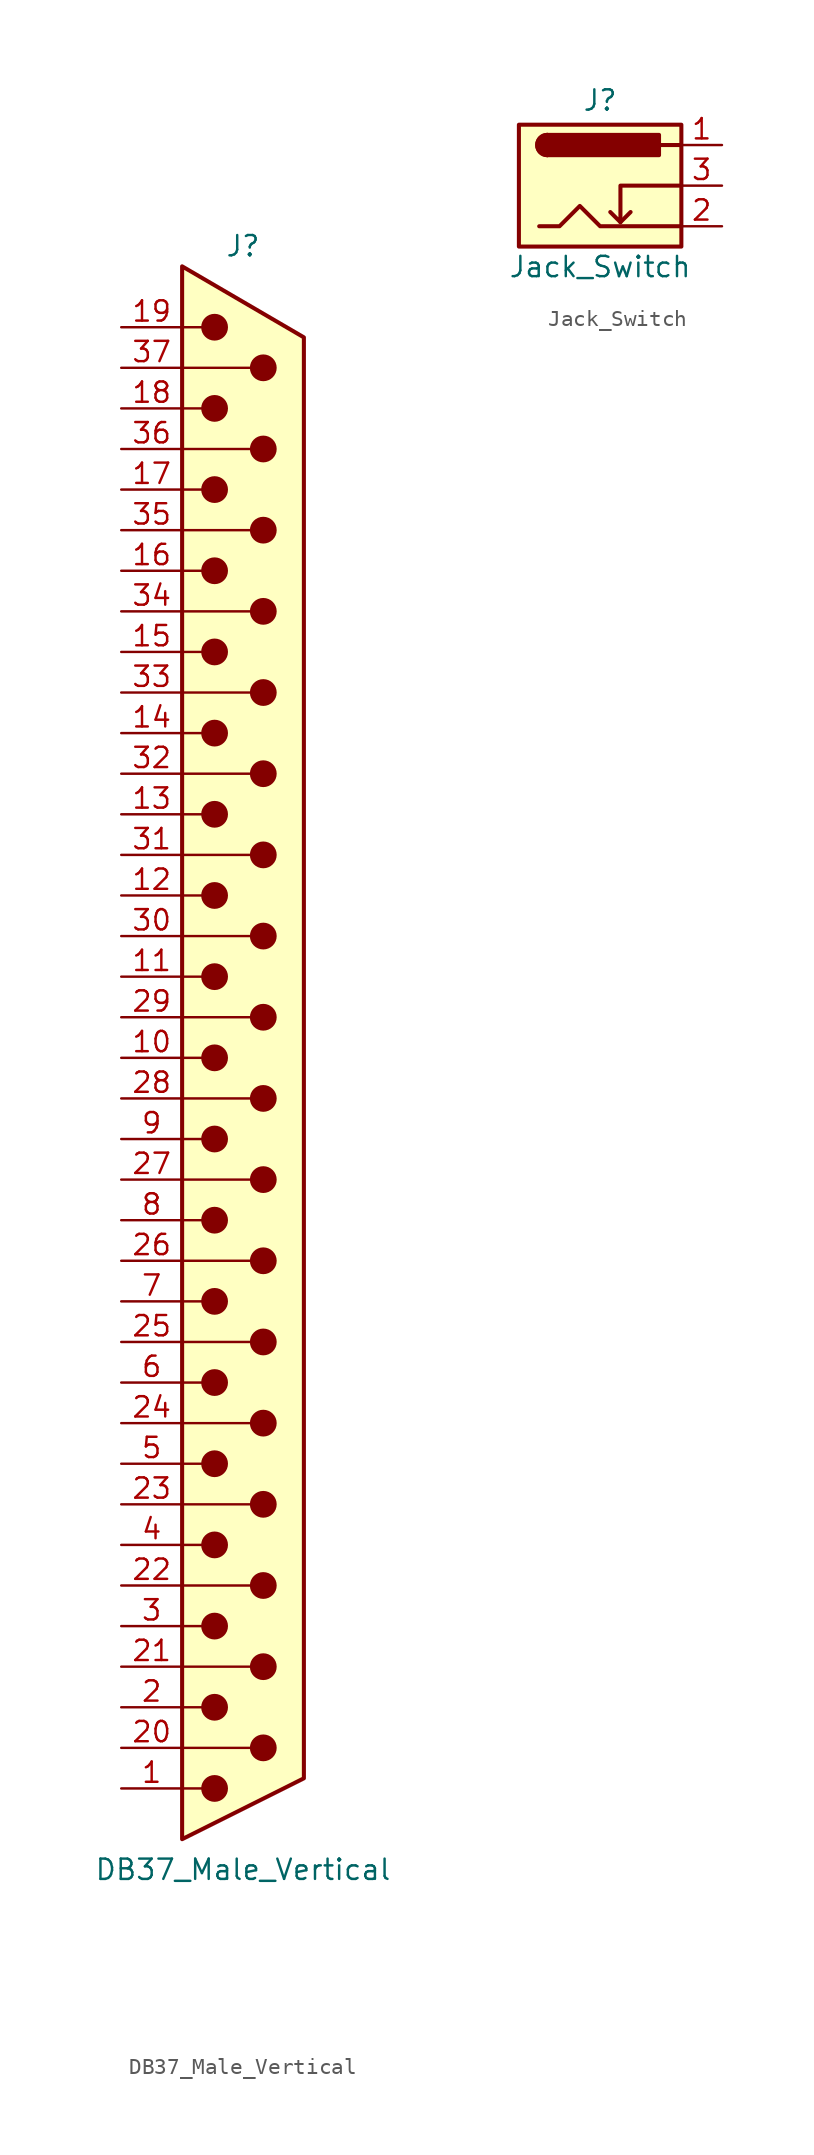
<source format=kicad_sym>
(kicad_symbol_lib
  (version 20211014)
  (generator kicad_symbol_editor)
  (symbol "DB37_Male_Vertical"
    (pin_names
      (offset 1.016) hide)
    (property "Reference" "J"
      (at 0 50.8 0)
      (effects (font (size 1.27 1.27))))
    (property "Value" "DB37_Male_Vertical"
      (at 0 -50.8 0)
      (effects (font (size 1.27 1.27))))
    (symbol "DB37_Male_Vertical_0_1"
      (circle (center -1.778 -45.72) (radius 0.762) (stroke (width 0) (type default) (color 0 0 0 0)) (fill (type outline)))
      (circle (center -1.778 -40.64) (radius 0.762) (stroke (width 0) (type default) (color 0 0 0 0)) (fill (type outline)))
      (circle (center -1.778 -35.56) (radius 0.762) (stroke (width 0) (type default) (color 0 0 0 0)) (fill (type outline)))
      (circle (center -1.778 -30.48) (radius 0.762) (stroke (width 0) (type default) (color 0 0 0 0)) (fill (type outline)))
      (circle (center -1.778 -25.4) (radius 0.762) (stroke (width 0) (type default) (color 0 0 0 0)) (fill (type outline)))
      (circle (center -1.778 -20.32) (radius 0.762) (stroke (width 0) (type default) (color 0 0 0 0)) (fill (type outline)))
      (circle (center -1.778 -15.24) (radius 0.762) (stroke (width 0) (type default) (color 0 0 0 0)) (fill (type outline)))
      (circle (center -1.778 -10.16) (radius 0.762) (stroke (width 0) (type default) (color 0 0 0 0)) (fill (type outline)))
      (circle (center -1.778 -5.08) (radius 0.762) (stroke (width 0) (type default) (color 0 0 0 0)) (fill (type outline)))
      (circle (center -1.778 0) (radius 0.762) (stroke (width 0) (type default) (color 0 0 0 0)) (fill (type outline)))
      (circle (center -1.778 5.08) (radius 0.762) (stroke (width 0) (type default) (color 0 0 0 0)) (fill (type outline)))
      (circle (center -1.778 10.16) (radius 0.762) (stroke (width 0) (type default) (color 0 0 0 0)) (fill (type outline)))
      (circle (center -1.778 15.24) (radius 0.762) (stroke (width 0) (type default) (color 0 0 0 0)) (fill (type outline)))
      (circle (center -1.778 20.32) (radius 0.762) (stroke (width 0) (type default) (color 0 0 0 0)) (fill (type outline)))
      (circle (center -1.778 25.4) (radius 0.762) (stroke (width 0) (type default) (color 0 0 0 0)) (fill (type outline)))
      (circle (center -1.778 30.48) (radius 0.762) (stroke (width 0) (type default) (color 0 0 0 0)) (fill (type outline)))
      (circle (center -1.778 35.56) (radius 0.762) (stroke (width 0) (type default) (color 0 0 0 0)) (fill (type outline)))
      (circle (center -1.778 40.64) (radius 0.762) (stroke (width 0) (type default) (color 0 0 0 0)) (fill (type outline)))
      (circle (center -1.778 45.72) (radius 0.762) (stroke (width 0) (type default) (color 0 0 0 0)) (fill (type outline)))
      (polyline (pts (xy -3.81 -45.72) (xy -2.54 -45.72)) (stroke (width 0) (type default) (color 0 0 0 0)) (fill (type none)))
      (polyline (pts (xy -3.81 -43.18) (xy 0.508 -43.18)) (stroke (width 0) (type default) (color 0 0 0 0)) (fill (type none)))
      (polyline (pts (xy -3.81 -40.64) (xy -2.54 -40.64)) (stroke (width 0) (type default) (color 0 0 0 0)) (fill (type none)))
      (polyline (pts (xy -3.81 -38.1) (xy 0.508 -38.1)) (stroke (width 0) (type default) (color 0 0 0 0)) (fill (type none)))
      (polyline (pts (xy -3.81 -35.56) (xy -2.54 -35.56)) (stroke (width 0) (type default) (color 0 0 0 0)) (fill (type none)))
      (polyline (pts (xy -3.81 -33.02) (xy 0.508 -33.02)) (stroke (width 0) (type default) (color 0 0 0 0)) (fill (type none)))
      (polyline (pts (xy -3.81 -30.48) (xy -2.54 -30.48)) (stroke (width 0) (type default) (color 0 0 0 0)) (fill (type none)))
      (polyline (pts (xy -3.81 -27.94) (xy 0.508 -27.94)) (stroke (width 0) (type default) (color 0 0 0 0)) (fill (type none)))
      (polyline (pts (xy -3.81 -25.4) (xy -2.54 -25.4)) (stroke (width 0) (type default) (color 0 0 0 0)) (fill (type none)))
      (polyline (pts (xy -3.81 -22.86) (xy 0.508 -22.86)) (stroke (width 0) (type default) (color 0 0 0 0)) (fill (type none)))
      (polyline (pts (xy -3.81 -20.32) (xy -2.54 -20.32)) (stroke (width 0) (type default) (color 0 0 0 0)) (fill (type none)))
      (polyline (pts (xy -3.81 -17.78) (xy 0.508 -17.78)) (stroke (width 0) (type default) (color 0 0 0 0)) (fill (type none)))
      (polyline (pts (xy -3.81 -15.24) (xy -2.54 -15.24)) (stroke (width 0) (type default) (color 0 0 0 0)) (fill (type none)))
      (polyline (pts (xy -3.81 -12.7) (xy 0.508 -12.7)) (stroke (width 0) (type default) (color 0 0 0 0)) (fill (type none)))
      (polyline (pts (xy -3.81 -10.16) (xy -2.54 -10.16)) (stroke (width 0) (type default) (color 0 0 0 0)) (fill (type none)))
      (polyline (pts (xy -3.81 -7.62) (xy 0.508 -7.62)) (stroke (width 0) (type default) (color 0 0 0 0)) (fill (type none)))
      (polyline (pts (xy -3.81 -5.08) (xy -2.54 -5.08)) (stroke (width 0) (type default) (color 0 0 0 0)) (fill (type none)))
      (polyline (pts (xy -3.81 -2.54) (xy 0.508 -2.54)) (stroke (width 0) (type default) (color 0 0 0 0)) (fill (type none)))
      (polyline (pts (xy -3.81 0) (xy -2.54 0)) (stroke (width 0) (type default) (color 0 0 0 0)) (fill (type none)))
      (polyline (pts (xy -3.81 2.54) (xy 0.508 2.54)) (stroke (width 0) (type default) (color 0 0 0 0)) (fill (type none)))
      (polyline (pts (xy -3.81 5.08) (xy -2.54 5.08)) (stroke (width 0) (type default) (color 0 0 0 0)) (fill (type none)))
      (polyline (pts (xy -3.81 7.62) (xy 0.508 7.62)) (stroke (width 0) (type default) (color 0 0 0 0)) (fill (type none)))
      (polyline (pts (xy -3.81 10.16) (xy -2.54 10.16)) (stroke (width 0) (type default) (color 0 0 0 0)) (fill (type none)))
      (polyline (pts (xy -3.81 12.7) (xy 0.508 12.7)) (stroke (width 0) (type default) (color 0 0 0 0)) (fill (type none)))
      (polyline (pts (xy -3.81 15.24) (xy -2.54 15.24)) (stroke (width 0) (type default) (color 0 0 0 0)) (fill (type none)))
      (polyline (pts (xy -3.81 17.78) (xy 0.508 17.78)) (stroke (width 0) (type default) (color 0 0 0 0)) (fill (type none)))
      (polyline (pts (xy -3.81 20.32) (xy -2.54 20.32)) (stroke (width 0) (type default) (color 0 0 0 0)) (fill (type none)))
      (polyline (pts (xy -3.81 22.86) (xy 0.508 22.86)) (stroke (width 0) (type default) (color 0 0 0 0)) (fill (type none)))
      (polyline (pts (xy -3.81 25.4) (xy -2.54 25.4)) (stroke (width 0) (type default) (color 0 0 0 0)) (fill (type none)))
      (polyline (pts (xy -3.81 27.94) (xy 0.508 27.94)) (stroke (width 0) (type default) (color 0 0 0 0)) (fill (type none)))
      (polyline (pts (xy -3.81 30.48) (xy -2.54 30.48)) (stroke (width 0) (type default) (color 0 0 0 0)) (fill (type none)))
      (polyline (pts (xy -3.81 33.02) (xy 0.508 33.02)) (stroke (width 0) (type default) (color 0 0 0 0)) (fill (type none)))
      (polyline (pts (xy -3.81 35.56) (xy -2.54 35.56)) (stroke (width 0) (type default) (color 0 0 0 0)) (fill (type none)))
      (polyline (pts (xy -3.81 38.1) (xy 0.508 38.1)) (stroke (width 0) (type default) (color 0 0 0 0)) (fill (type none)))
      (polyline (pts (xy -3.81 40.64) (xy -2.54 40.64)) (stroke (width 0) (type default) (color 0 0 0 0)) (fill (type none)))
      (polyline (pts (xy -3.81 43.18) (xy 0.508 43.18)) (stroke (width 0) (type default) (color 0 0 0 0)) (fill (type none)))
      (polyline (pts (xy -3.81 45.72) (xy -2.54 45.72)) (stroke (width 0) (type default) (color 0 0 0 0)) (fill (type none)))
      (polyline (pts (xy -3.81 49.53) (xy 3.81 45.085) (xy 3.81 -45.085) (xy -3.81 -48.895) (xy -3.81 49.53)) (stroke (width 0.254) (type default) (color 0 0 0 0)) (fill (type background)))
      (circle (center 1.27 -43.18) (radius 0.762) (stroke (width 0) (type default) (color 0 0 0 0)) (fill (type outline)))
      (circle (center 1.27 -38.1) (radius 0.762) (stroke (width 0) (type default) (color 0 0 0 0)) (fill (type outline)))
      (circle (center 1.27 -33.02) (radius 0.762) (stroke (width 0) (type default) (color 0 0 0 0)) (fill (type outline)))
      (circle (center 1.27 -27.94) (radius 0.762) (stroke (width 0) (type default) (color 0 0 0 0)) (fill (type outline)))
      (circle (center 1.27 -22.86) (radius 0.762) (stroke (width 0) (type default) (color 0 0 0 0)) (fill (type outline)))
      (circle (center 1.27 -17.78) (radius 0.762) (stroke (width 0) (type default) (color 0 0 0 0)) (fill (type outline)))
      (circle (center 1.27 -12.7) (radius 0.762) (stroke (width 0) (type default) (color 0 0 0 0)) (fill (type outline)))
      (circle (center 1.27 -7.62) (radius 0.762) (stroke (width 0) (type default) (color 0 0 0 0)) (fill (type outline)))
      (circle (center 1.27 -2.54) (radius 0.762) (stroke (width 0) (type default) (color 0 0 0 0)) (fill (type outline)))
      (circle (center 1.27 2.54) (radius 0.762) (stroke (width 0) (type default) (color 0 0 0 0)) (fill (type outline)))
      (circle (center 1.27 7.62) (radius 0.762) (stroke (width 0) (type default) (color 0 0 0 0)) (fill (type outline)))
      (circle (center 1.27 12.7) (radius 0.762) (stroke (width 0) (type default) (color 0 0 0 0)) (fill (type outline)))
      (circle (center 1.27 17.78) (radius 0.762) (stroke (width 0) (type default) (color 0 0 0 0)) (fill (type outline)))
      (circle (center 1.27 22.86) (radius 0.762) (stroke (width 0) (type default) (color 0 0 0 0)) (fill (type outline)))
      (circle (center 1.27 27.94) (radius 0.762) (stroke (width 0) (type default) (color 0 0 0 0)) (fill (type outline)))
      (circle (center 1.27 33.02) (radius 0.762) (stroke (width 0) (type default) (color 0 0 0 0)) (fill (type outline)))
      (circle (center 1.27 38.1) (radius 0.762) (stroke (width 0) (type default) (color 0 0 0 0)) (fill (type outline)))
      (circle (center 1.27 43.18) (radius 0.762) (stroke (width 0) (type default) (color 0 0 0 0)) (fill (type outline))))
    (symbol "DB37_Male_Vertical_1_1"
      (pin passive line (at -7.62 -45.72 0) (length 3.81) (name "1" (effects (font (size 1.27 1.27)))) (number "1" (effects (font (size 1.27 1.27)))))
      (pin passive line (at -7.62 0 0) (length 3.81) (name "10" (effects (font (size 1.27 1.27)))) (number "10" (effects (font (size 1.27 1.27)))))
      (pin passive line (at -7.62 5.08 0) (length 3.81) (name "11" (effects (font (size 1.27 1.27)))) (number "11" (effects (font (size 1.27 1.27)))))
      (pin passive line (at -7.62 10.16 0) (length 3.81) (name "12" (effects (font (size 1.27 1.27)))) (number "12" (effects (font (size 1.27 1.27)))))
      (pin passive line (at -7.62 15.24 0) (length 3.81) (name "13" (effects (font (size 1.27 1.27)))) (number "13" (effects (font (size 1.27 1.27)))))
      (pin passive line (at -7.62 20.32 0) (length 3.81) (name "14" (effects (font (size 1.27 1.27)))) (number "14" (effects (font (size 1.27 1.27)))))
      (pin passive line (at -7.62 25.4 0) (length 3.81) (name "15" (effects (font (size 1.27 1.27)))) (number "15" (effects (font (size 1.27 1.27)))))
      (pin passive line (at -7.62 30.48 0) (length 3.81) (name "16" (effects (font (size 1.27 1.27)))) (number "16" (effects (font (size 1.27 1.27)))))
      (pin passive line (at -7.62 35.56 0) (length 3.81) (name "17" (effects (font (size 1.27 1.27)))) (number "17" (effects (font (size 1.27 1.27)))))
      (pin passive line (at -7.62 40.64 0) (length 3.81) (name "18" (effects (font (size 1.27 1.27)))) (number "18" (effects (font (size 1.27 1.27)))))
      (pin passive line (at -7.62 45.72 0) (length 3.81) (name "19" (effects (font (size 1.27 1.27)))) (number "19" (effects (font (size 1.27 1.27)))))
      (pin passive line (at -7.62 -40.64 0) (length 3.81) (name "2" (effects (font (size 1.27 1.27)))) (number "2" (effects (font (size 1.27 1.27)))))
      (pin passive line (at -7.62 -43.18 0) (length 3.81) (name "20" (effects (font (size 1.27 1.27)))) (number "20" (effects (font (size 1.27 1.27)))))
      (pin passive line (at -7.62 -38.1 0) (length 3.81) (name "21" (effects (font (size 1.27 1.27)))) (number "21" (effects (font (size 1.27 1.27)))))
      (pin passive line (at -7.62 -33.02 0) (length 3.81) (name "22" (effects (font (size 1.27 1.27)))) (number "22" (effects (font (size 1.27 1.27)))))
      (pin passive line (at -7.62 -27.94 0) (length 3.81) (name "23" (effects (font (size 1.27 1.27)))) (number "23" (effects (font (size 1.27 1.27)))))
      (pin passive line (at -7.62 -22.86 0) (length 3.81) (name "24" (effects (font (size 1.27 1.27)))) (number "24" (effects (font (size 1.27 1.27)))))
      (pin passive line (at -7.62 -17.78 0) (length 3.81) (name "25" (effects (font (size 1.27 1.27)))) (number "25" (effects (font (size 1.27 1.27)))))
      (pin passive line (at -7.62 -12.7 0) (length 3.81) (name "26" (effects (font (size 1.27 1.27)))) (number "26" (effects (font (size 1.27 1.27)))))
      (pin passive line (at -7.62 -7.62 0) (length 3.81) (name "27" (effects (font (size 1.27 1.27)))) (number "27" (effects (font (size 1.27 1.27)))))
      (pin passive line (at -7.62 -2.54 0) (length 3.81) (name "28" (effects (font (size 1.27 1.27)))) (number "28" (effects (font (size 1.27 1.27)))))
      (pin passive line (at -7.62 2.54 0) (length 3.81) (name "29" (effects (font (size 1.27 1.27)))) (number "29" (effects (font (size 1.27 1.27)))))
      (pin passive line (at -7.62 -35.56 0) (length 3.81) (name "3" (effects (font (size 1.27 1.27)))) (number "3" (effects (font (size 1.27 1.27)))))
      (pin passive line (at -7.62 7.62 0) (length 3.81) (name "30" (effects (font (size 1.27 1.27)))) (number "30" (effects (font (size 1.27 1.27)))))
      (pin passive line (at -7.62 12.7 0) (length 3.81) (name "31" (effects (font (size 1.27 1.27)))) (number "31" (effects (font (size 1.27 1.27)))))
      (pin passive line (at -7.62 17.78 0) (length 3.81) (name "32" (effects (font (size 1.27 1.27)))) (number "32" (effects (font (size 1.27 1.27)))))
      (pin passive line (at -7.62 22.86 0) (length 3.81) (name "33" (effects (font (size 1.27 1.27)))) (number "33" (effects (font (size 1.27 1.27)))))
      (pin passive line (at -7.62 27.94 0) (length 3.81) (name "34" (effects (font (size 1.27 1.27)))) (number "34" (effects (font (size 1.27 1.27)))))
      (pin passive line (at -7.62 33.02 0) (length 3.81) (name "35" (effects (font (size 1.27 1.27)))) (number "35" (effects (font (size 1.27 1.27)))))
      (pin passive line (at -7.62 38.1 0) (length 3.81) (name "36" (effects (font (size 1.27 1.27)))) (number "36" (effects (font (size 1.27 1.27)))))
      (pin passive line (at -7.62 43.18 0) (length 3.81) (name "37" (effects (font (size 1.27 1.27)))) (number "37" (effects (font (size 1.27 1.27)))))
      (pin passive line (at -7.62 -30.48 0) (length 3.81) (name "4" (effects (font (size 1.27 1.27)))) (number "4" (effects (font (size 1.27 1.27)))))
      (pin passive line (at -7.62 -25.4 0) (length 3.81) (name "5" (effects (font (size 1.27 1.27)))) (number "5" (effects (font (size 1.27 1.27)))))
      (pin passive line (at -7.62 -20.32 0) (length 3.81) (name "6" (effects (font (size 1.27 1.27)))) (number "6" (effects (font (size 1.27 1.27)))))
      (pin passive line (at -7.62 -15.24 0) (length 3.81) (name "7" (effects (font (size 1.27 1.27)))) (number "7" (effects (font (size 1.27 1.27)))))
      (pin passive line (at -7.62 -10.16 0) (length 3.81) (name "8" (effects (font (size 1.27 1.27)))) (number "8" (effects (font (size 1.27 1.27)))))
      (pin passive line (at -7.62 -5.08 0) (length 3.81) (name "9" (effects (font (size 1.27 1.27)))) (number "9" (effects (font (size 1.27 1.27)))))))
  (symbol "Jack_Switch"
    (pin_names hide)
    (property "Reference" "J"
      (at 0 5.334 0)
      (effects (font (size 1.27 1.27))))
    (property "Value" "Jack_Switch"
      (at 0 -5.08 0)
      (effects (font (size 1.27 1.27))))
    (symbol "Jack_Switch_0_1"
      (rectangle (start -5.08 3.81) (end 5.08 -3.81) (stroke (width 0.254) (type default) (color 0 0 0 0)) (fill (type background)))
      (arc (start -3.302 3.175) (mid -3.937 2.54) (end -3.302 1.905) (stroke (width 0.254) (type default) (color 0 0 0 0)) (fill (type none)))
      (arc (start -3.302 3.175) (mid -3.937 2.54) (end -3.302 1.905) (stroke (width 0.254) (type default) (color 0 0 0 0)) (fill (type outline)))
      (polyline (pts (xy 1.27 -2.286) (xy 1.905 -1.651)) (stroke (width 0.254) (type default) (color 0 0 0 0)) (fill (type none)))
      (polyline (pts (xy 5.08 2.54) (xy 3.81 2.54)) (stroke (width 0.254) (type default) (color 0 0 0 0)) (fill (type none)))
      (polyline (pts (xy 5.08 0) (xy 1.27 0) (xy 1.27 -2.286) (xy 0.635 -1.651)) (stroke (width 0.254) (type default) (color 0 0 0 0)) (fill (type none)))
      (polyline (pts (xy -3.81 -2.54) (xy -2.54 -2.54) (xy -1.27 -1.27) (xy 0 -2.54) (xy 2.54 -2.54) (xy 5.08 -2.54)) (stroke (width 0.254) (type default) (color 0 0 0 0)) (fill (type none)))
      (rectangle (start 3.683 3.175) (end -3.302 1.905) (stroke (width 0.254) (type default) (color 0 0 0 0)) (fill (type outline))))
    (symbol "Jack_Switch_1_1"
      (pin passive line (at 7.62 2.54 180) (length 2.54) (name "~" (effects (font (size 1.27 1.27)))) (number "1" (effects (font (size 1.27 1.27)))))
      (pin passive line (at 7.62 -2.54 180) (length 2.54) (name "~" (effects (font (size 1.27 1.27)))) (number "2" (effects (font (size 1.27 1.27)))))
      (pin passive line (at 7.62 0 180) (length 2.54) (name "~" (effects (font (size 1.27 1.27)))) (number "3" (effects (font (size 1.27 1.27))))))))
</source>
